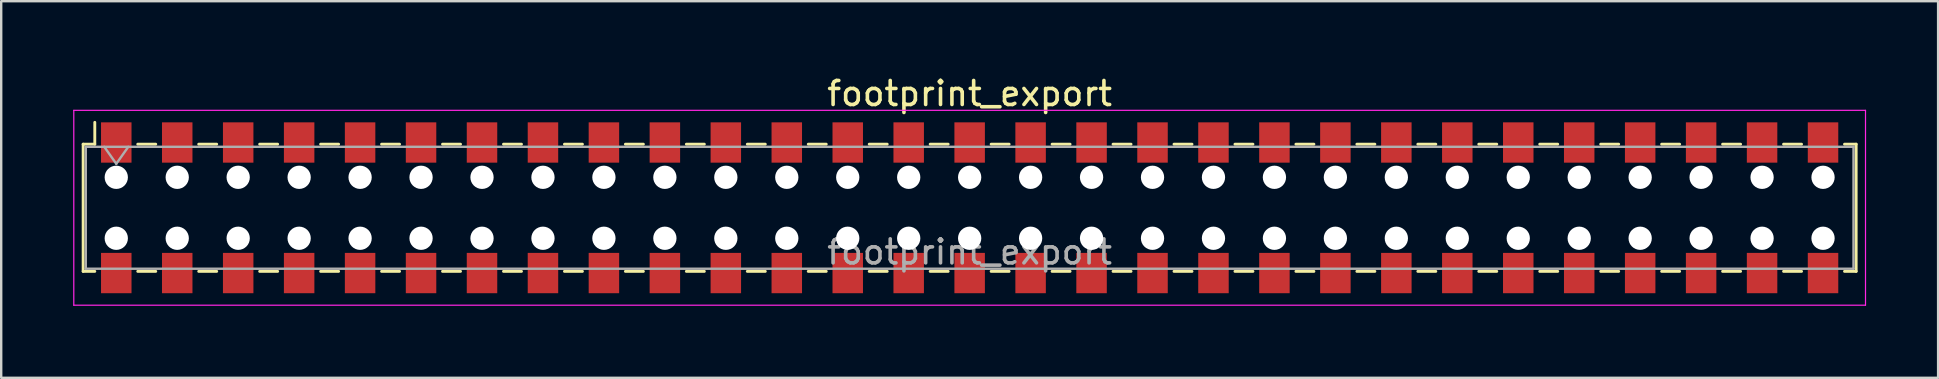
<source format=kicad_pcb>
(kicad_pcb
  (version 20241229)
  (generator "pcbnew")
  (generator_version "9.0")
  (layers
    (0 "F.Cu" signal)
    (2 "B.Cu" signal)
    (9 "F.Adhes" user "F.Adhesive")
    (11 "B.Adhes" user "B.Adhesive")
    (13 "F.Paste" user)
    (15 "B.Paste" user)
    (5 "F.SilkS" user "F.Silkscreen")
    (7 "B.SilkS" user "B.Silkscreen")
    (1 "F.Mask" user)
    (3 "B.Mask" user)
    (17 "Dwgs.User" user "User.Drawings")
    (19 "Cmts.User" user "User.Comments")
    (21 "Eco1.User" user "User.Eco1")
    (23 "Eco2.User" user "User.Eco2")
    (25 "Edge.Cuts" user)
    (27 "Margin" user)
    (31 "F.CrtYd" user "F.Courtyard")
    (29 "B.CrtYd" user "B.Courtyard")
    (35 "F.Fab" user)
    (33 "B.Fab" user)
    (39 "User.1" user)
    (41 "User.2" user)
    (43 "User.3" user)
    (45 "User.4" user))
  (footprint "footprint_export"
    (layer "F.Cu")
    (at 37.355 5.608)
    (property "Reference" "footprint_export" (at 0 -4.76 0) (layer "F.SilkS") (effects (font (size 1 1) (thickness 0.15))))
    (attr smd)
    (fp_line (start -36.94 -2.65) (end -36.94 2.65) (stroke (width 0.12) (type solid)) (layer "F.SilkS"))
    (fp_line (start -36.94 2.65) (end -36.455 2.65) (stroke (width 0.12) (type solid)) (layer "F.SilkS"))
    (fp_line (start -36.455 -3.56) (end -36.455 -2.65) (stroke (width 0.12) (type solid)) (layer "F.SilkS"))
    (fp_line (start -36.455 -2.65) (end -36.94 -2.65) (stroke (width 0.12) (type solid)) (layer "F.SilkS"))
    (fp_line (start -34.665 -2.65) (end -33.915 -2.65) (stroke (width 0.12) (type solid)) (layer "F.SilkS"))
    (fp_line (start -34.665 2.65) (end -33.915 2.65) (stroke (width 0.12) (type solid)) (layer "F.SilkS"))
    (fp_line (start -32.125 -2.65) (end -31.375 -2.65) (stroke (width 0.12) (type solid)) (layer "F.SilkS"))
    (fp_line (start -32.125 2.65) (end -31.375 2.65) (stroke (width 0.12) (type solid)) (layer "F.SilkS"))
    (fp_line (start -29.585 -2.65) (end -28.835 -2.65) (stroke (width 0.12) (type solid)) (layer "F.SilkS"))
    (fp_line (start -29.585 2.65) (end -28.835 2.65) (stroke (width 0.12) (type solid)) (layer "F.SilkS"))
    (fp_line (start -27.045 -2.65) (end -26.295 -2.65) (stroke (width 0.12) (type solid)) (layer "F.SilkS"))
    (fp_line (start -27.045 2.65) (end -26.295 2.65) (stroke (width 0.12) (type solid)) (layer "F.SilkS"))
    (fp_line (start -24.505 -2.65) (end -23.755 -2.65) (stroke (width 0.12) (type solid)) (layer "F.SilkS"))
    (fp_line (start -24.505 2.65) (end -23.755 2.65) (stroke (width 0.12) (type solid)) (layer "F.SilkS"))
    (fp_line (start -21.965 -2.65) (end -21.215 -2.65) (stroke (width 0.12) (type solid)) (layer "F.SilkS"))
    (fp_line (start -21.965 2.65) (end -21.215 2.65) (stroke (width 0.12) (type solid)) (layer "F.SilkS"))
    (fp_line (start -19.425 -2.65) (end -18.675 -2.65) (stroke (width 0.12) (type solid)) (layer "F.SilkS"))
    (fp_line (start -19.425 2.65) (end -18.675 2.65) (stroke (width 0.12) (type solid)) (layer "F.SilkS"))
    (fp_line (start -16.885 -2.65) (end -16.135 -2.65) (stroke (width 0.12) (type solid)) (layer "F.SilkS"))
    (fp_line (start -16.885 2.65) (end -16.135 2.65) (stroke (width 0.12) (type solid)) (layer "F.SilkS"))
    (fp_line (start -14.345 -2.65) (end -13.595 -2.65) (stroke (width 0.12) (type solid)) (layer "F.SilkS"))
    (fp_line (start -14.345 2.65) (end -13.595 2.65) (stroke (width 0.12) (type solid)) (layer "F.SilkS"))
    (fp_line (start -11.805 -2.65) (end -11.055 -2.65) (stroke (width 0.12) (type solid)) (layer "F.SilkS"))
    (fp_line (start -11.805 2.65) (end -11.055 2.65) (stroke (width 0.12) (type solid)) (layer "F.SilkS"))
    (fp_line (start -9.265 -2.65) (end -8.515 -2.65) (stroke (width 0.12) (type solid)) (layer "F.SilkS"))
    (fp_line (start -9.265 2.65) (end -8.515 2.65) (stroke (width 0.12) (type solid)) (layer "F.SilkS"))
    (fp_line (start -6.725 -2.65) (end -5.975 -2.65) (stroke (width 0.12) (type solid)) (layer "F.SilkS"))
    (fp_line (start -6.725 2.65) (end -5.975 2.65) (stroke (width 0.12) (type solid)) (layer "F.SilkS"))
    (fp_line (start -4.185 -2.65) (end -3.435 -2.65) (stroke (width 0.12) (type solid)) (layer "F.SilkS"))
    (fp_line (start -4.185 2.65) (end -3.435 2.65) (stroke (width 0.12) (type solid)) (layer "F.SilkS"))
    (fp_line (start -1.645 -2.65) (end -0.895 -2.65) (stroke (width 0.12) (type solid)) (layer "F.SilkS"))
    (fp_line (start -1.645 2.65) (end -0.895 2.65) (stroke (width 0.12) (type solid)) (layer "F.SilkS"))
    (fp_line (start 0.895 -2.65) (end 1.645 -2.65) (stroke (width 0.12) (type solid)) (layer "F.SilkS"))
    (fp_line (start 0.895 2.65) (end 1.645 2.65) (stroke (width 0.12) (type solid)) (layer "F.SilkS"))
    (fp_line (start 3.435 -2.65) (end 4.185 -2.65) (stroke (width 0.12) (type solid)) (layer "F.SilkS"))
    (fp_line (start 3.435 2.65) (end 4.185 2.65) (stroke (width 0.12) (type solid)) (layer "F.SilkS"))
    (fp_line (start 5.975 -2.65) (end 6.725 -2.65) (stroke (width 0.12) (type solid)) (layer "F.SilkS"))
    (fp_line (start 5.975 2.65) (end 6.725 2.65) (stroke (width 0.12) (type solid)) (layer "F.SilkS"))
    (fp_line (start 8.515 -2.65) (end 9.265 -2.65) (stroke (width 0.12) (type solid)) (layer "F.SilkS"))
    (fp_line (start 8.515 2.65) (end 9.265 2.65) (stroke (width 0.12) (type solid)) (layer "F.SilkS"))
    (fp_line (start 11.055 -2.65) (end 11.805 -2.65) (stroke (width 0.12) (type solid)) (layer "F.SilkS"))
    (fp_line (start 11.055 2.65) (end 11.805 2.65) (stroke (width 0.12) (type solid)) (layer "F.SilkS"))
    (fp_line (start 13.595 -2.65) (end 14.345 -2.65) (stroke (width 0.12) (type solid)) (layer "F.SilkS"))
    (fp_line (start 13.595 2.65) (end 14.345 2.65) (stroke (width 0.12) (type solid)) (layer "F.SilkS"))
    (fp_line (start 16.135 -2.65) (end 16.885 -2.65) (stroke (width 0.12) (type solid)) (layer "F.SilkS"))
    (fp_line (start 16.135 2.65) (end 16.885 2.65) (stroke (width 0.12) (type solid)) (layer "F.SilkS"))
    (fp_line (start 18.675 -2.65) (end 19.425 -2.65) (stroke (width 0.12) (type solid)) (layer "F.SilkS"))
    (fp_line (start 18.675 2.65) (end 19.425 2.65) (stroke (width 0.12) (type solid)) (layer "F.SilkS"))
    (fp_line (start 21.215 -2.65) (end 21.965 -2.65) (stroke (width 0.12) (type solid)) (layer "F.SilkS"))
    (fp_line (start 21.215 2.65) (end 21.965 2.65) (stroke (width 0.12) (type solid)) (layer "F.SilkS"))
    (fp_line (start 23.755 -2.65) (end 24.505 -2.65) (stroke (width 0.12) (type solid)) (layer "F.SilkS"))
    (fp_line (start 23.755 2.65) (end 24.505 2.65) (stroke (width 0.12) (type solid)) (layer "F.SilkS"))
    (fp_line (start 26.295 -2.65) (end 27.045 -2.65) (stroke (width 0.12) (type solid)) (layer "F.SilkS"))
    (fp_line (start 26.295 2.65) (end 27.045 2.65) (stroke (width 0.12) (type solid)) (layer "F.SilkS"))
    (fp_line (start 28.835 -2.65) (end 29.585 -2.65) (stroke (width 0.12) (type solid)) (layer "F.SilkS"))
    (fp_line (start 28.835 2.65) (end 29.585 2.65) (stroke (width 0.12) (type solid)) (layer "F.SilkS"))
    (fp_line (start 31.375 -2.65) (end 32.125 -2.65) (stroke (width 0.12) (type solid)) (layer "F.SilkS"))
    (fp_line (start 31.375 2.65) (end 32.125 2.65) (stroke (width 0.12) (type solid)) (layer "F.SilkS"))
    (fp_line (start 33.915 -2.65) (end 34.665 -2.65) (stroke (width 0.12) (type solid)) (layer "F.SilkS"))
    (fp_line (start 33.915 2.65) (end 34.665 2.65) (stroke (width 0.12) (type solid)) (layer "F.SilkS"))
    (fp_line (start 36.455 -2.65) (end 36.94 -2.65) (stroke (width 0.12) (type solid)) (layer "F.SilkS"))
    (fp_line (start 36.94 -2.65) (end 36.94 2.65) (stroke (width 0.12) (type solid)) (layer "F.SilkS"))
    (fp_line (start 36.94 2.65) (end 36.455 2.65) (stroke (width 0.12) (type solid)) (layer "F.SilkS"))
    (fp_line (start -37.33 -4.06) (end 37.33 -4.06) (stroke (width 0.05) (type solid)) (layer "F.CrtYd"))
    (fp_line (start -37.33 4.06) (end -37.33 -4.06) (stroke (width 0.05) (type solid)) (layer "F.CrtYd"))
    (fp_line (start 37.33 -4.06) (end 37.33 4.06) (stroke (width 0.05) (type solid)) (layer "F.CrtYd"))
    (fp_line (start 37.33 4.06) (end -37.33 4.06) (stroke (width 0.05) (type solid)) (layer "F.CrtYd"))
    (fp_line (start -36.83 -2.54) (end 36.83 -2.54) (stroke (width 0.1) (type solid)) (layer "F.Fab"))
    (fp_line (start -36.83 2.54) (end -36.83 -2.54) (stroke (width 0.1) (type solid)) (layer "F.Fab"))
    (fp_line (start -36.06 -2.54) (end -35.56 -1.833) (stroke (width 0.1) (type solid)) (layer "F.Fab"))
    (fp_line (start -35.56 -1.833) (end -35.06 -2.54) (stroke (width 0.1) (type solid)) (layer "F.Fab"))
    (fp_line (start 36.83 -2.54) (end 36.83 2.54) (stroke (width 0.1) (type solid)) (layer "F.Fab"))
    (fp_line (start 36.83 2.54) (end -36.83 2.54) (stroke (width 0.1) (type solid)) (layer "F.Fab"))
    (fp_text user "${REFERENCE}" (at 0 1.84 0) (layer "F.Fab") (effects (font (size 1 1) (thickness 0.15))))
    (pad "" np_thru_hole circle (at -35.56 -1.27) (size 0.97 0.97) (drill 0.97) (layers "*.Cu" "*.Mask"))
    (pad "" np_thru_hole circle (at -35.56 1.27) (size 0.97 0.97) (drill 0.97) (layers "*.Cu" "*.Mask"))
    (pad "" np_thru_hole circle (at -33.02 -1.27) (size 0.97 0.97) (drill 0.97) (layers "*.Cu" "*.Mask"))
    (pad "" np_thru_hole circle (at -33.02 1.27) (size 0.97 0.97) (drill 0.97) (layers "*.Cu" "*.Mask"))
    (pad "" np_thru_hole circle (at -30.48 -1.27) (size 0.97 0.97) (drill 0.97) (layers "*.Cu" "*.Mask"))
    (pad "" np_thru_hole circle (at -30.48 1.27) (size 0.97 0.97) (drill 0.97) (layers "*.Cu" "*.Mask"))
    (pad "" np_thru_hole circle (at -27.94 -1.27) (size 0.97 0.97) (drill 0.97) (layers "*.Cu" "*.Mask"))
    (pad "" np_thru_hole circle (at -27.94 1.27) (size 0.97 0.97) (drill 0.97) (layers "*.Cu" "*.Mask"))
    (pad "" np_thru_hole circle (at -25.4 -1.27) (size 0.97 0.97) (drill 0.97) (layers "*.Cu" "*.Mask"))
    (pad "" np_thru_hole circle (at -25.4 1.27) (size 0.97 0.97) (drill 0.97) (layers "*.Cu" "*.Mask"))
    (pad "" np_thru_hole circle (at -22.86 -1.27) (size 0.97 0.97) (drill 0.97) (layers "*.Cu" "*.Mask"))
    (pad "" np_thru_hole circle (at -22.86 1.27) (size 0.97 0.97) (drill 0.97) (layers "*.Cu" "*.Mask"))
    (pad "" np_thru_hole circle (at -20.32 -1.27) (size 0.97 0.97) (drill 0.97) (layers "*.Cu" "*.Mask"))
    (pad "" np_thru_hole circle (at -20.32 1.27) (size 0.97 0.97) (drill 0.97) (layers "*.Cu" "*.Mask"))
    (pad "" np_thru_hole circle (at -17.78 -1.27) (size 0.97 0.97) (drill 0.97) (layers "*.Cu" "*.Mask"))
    (pad "" np_thru_hole circle (at -17.78 1.27) (size 0.97 0.97) (drill 0.97) (layers "*.Cu" "*.Mask"))
    (pad "" np_thru_hole circle (at -15.24 -1.27) (size 0.97 0.97) (drill 0.97) (layers "*.Cu" "*.Mask"))
    (pad "" np_thru_hole circle (at -15.24 1.27) (size 0.97 0.97) (drill 0.97) (layers "*.Cu" "*.Mask"))
    (pad "" np_thru_hole circle (at -12.7 -1.27) (size 0.97 0.97) (drill 0.97) (layers "*.Cu" "*.Mask"))
    (pad "" np_thru_hole circle (at -12.7 1.27) (size 0.97 0.97) (drill 0.97) (layers "*.Cu" "*.Mask"))
    (pad "" np_thru_hole circle (at -10.16 -1.27) (size 0.97 0.97) (drill 0.97) (layers "*.Cu" "*.Mask"))
    (pad "" np_thru_hole circle (at -10.16 1.27) (size 0.97 0.97) (drill 0.97) (layers "*.Cu" "*.Mask"))
    (pad "" np_thru_hole circle (at -7.62 -1.27) (size 0.97 0.97) (drill 0.97) (layers "*.Cu" "*.Mask"))
    (pad "" np_thru_hole circle (at -7.62 1.27) (size 0.97 0.97) (drill 0.97) (layers "*.Cu" "*.Mask"))
    (pad "" np_thru_hole circle (at -5.08 -1.27) (size 0.97 0.97) (drill 0.97) (layers "*.Cu" "*.Mask"))
    (pad "" np_thru_hole circle (at -5.08 1.27) (size 0.97 0.97) (drill 0.97) (layers "*.Cu" "*.Mask"))
    (pad "" np_thru_hole circle (at -2.54 -1.27) (size 0.97 0.97) (drill 0.97) (layers "*.Cu" "*.Mask"))
    (pad "" np_thru_hole circle (at -2.54 1.27) (size 0.97 0.97) (drill 0.97) (layers "*.Cu" "*.Mask"))
    (pad "" np_thru_hole circle (at 0 -1.27) (size 0.97 0.97) (drill 0.97) (layers "*.Cu" "*.Mask"))
    (pad "" np_thru_hole circle (at 0 1.27) (size 0.97 0.97) (drill 0.97) (layers "*.Cu" "*.Mask"))
    (pad "" np_thru_hole circle (at 2.54 -1.27) (size 0.97 0.97) (drill 0.97) (layers "*.Cu" "*.Mask"))
    (pad "" np_thru_hole circle (at 2.54 1.27) (size 0.97 0.97) (drill 0.97) (layers "*.Cu" "*.Mask"))
    (pad "" np_thru_hole circle (at 5.08 -1.27) (size 0.97 0.97) (drill 0.97) (layers "*.Cu" "*.Mask"))
    (pad "" np_thru_hole circle (at 5.08 1.27) (size 0.97 0.97) (drill 0.97) (layers "*.Cu" "*.Mask"))
    (pad "" np_thru_hole circle (at 7.62 -1.27) (size 0.97 0.97) (drill 0.97) (layers "*.Cu" "*.Mask"))
    (pad "" np_thru_hole circle (at 7.62 1.27) (size 0.97 0.97) (drill 0.97) (layers "*.Cu" "*.Mask"))
    (pad "" np_thru_hole circle (at 10.16 -1.27) (size 0.97 0.97) (drill 0.97) (layers "*.Cu" "*.Mask"))
    (pad "" np_thru_hole circle (at 10.16 1.27) (size 0.97 0.97) (drill 0.97) (layers "*.Cu" "*.Mask"))
    (pad "" np_thru_hole circle (at 12.7 -1.27) (size 0.97 0.97) (drill 0.97) (layers "*.Cu" "*.Mask"))
    (pad "" np_thru_hole circle (at 12.7 1.27) (size 0.97 0.97) (drill 0.97) (layers "*.Cu" "*.Mask"))
    (pad "" np_thru_hole circle (at 15.24 -1.27) (size 0.97 0.97) (drill 0.97) (layers "*.Cu" "*.Mask"))
    (pad "" np_thru_hole circle (at 15.24 1.27) (size 0.97 0.97) (drill 0.97) (layers "*.Cu" "*.Mask"))
    (pad "" np_thru_hole circle (at 17.78 -1.27) (size 0.97 0.97) (drill 0.97) (layers "*.Cu" "*.Mask"))
    (pad "" np_thru_hole circle (at 17.78 1.27) (size 0.97 0.97) (drill 0.97) (layers "*.Cu" "*.Mask"))
    (pad "" np_thru_hole circle (at 20.32 -1.27) (size 0.97 0.97) (drill 0.97) (layers "*.Cu" "*.Mask"))
    (pad "" np_thru_hole circle (at 20.32 1.27) (size 0.97 0.97) (drill 0.97) (layers "*.Cu" "*.Mask"))
    (pad "" np_thru_hole circle (at 22.86 -1.27) (size 0.97 0.97) (drill 0.97) (layers "*.Cu" "*.Mask"))
    (pad "" np_thru_hole circle (at 22.86 1.27) (size 0.97 0.97) (drill 0.97) (layers "*.Cu" "*.Mask"))
    (pad "" np_thru_hole circle (at 25.4 -1.27) (size 0.97 0.97) (drill 0.97) (layers "*.Cu" "*.Mask"))
    (pad "" np_thru_hole circle (at 25.4 1.27) (size 0.97 0.97) (drill 0.97) (layers "*.Cu" "*.Mask"))
    (pad "" np_thru_hole circle (at 27.94 -1.27) (size 0.97 0.97) (drill 0.97) (layers "*.Cu" "*.Mask"))
    (pad "" np_thru_hole circle (at 27.94 1.27) (size 0.97 0.97) (drill 0.97) (layers "*.Cu" "*.Mask"))
    (pad "" np_thru_hole circle (at 30.48 -1.27) (size 0.97 0.97) (drill 0.97) (layers "*.Cu" "*.Mask"))
    (pad "" np_thru_hole circle (at 30.48 1.27) (size 0.97 0.97) (drill 0.97) (layers "*.Cu" "*.Mask"))
    (pad "" np_thru_hole circle (at 33.02 -1.27) (size 0.97 0.97) (drill 0.97) (layers "*.Cu" "*.Mask"))
    (pad "" np_thru_hole circle (at 33.02 1.27) (size 0.97 0.97) (drill 0.97) (layers "*.Cu" "*.Mask"))
    (pad "" np_thru_hole circle (at 35.56 -1.27) (size 0.97 0.97) (drill 0.97) (layers "*.Cu" "*.Mask"))
    (pad "" np_thru_hole circle (at 35.56 1.27) (size 0.97 0.97) (drill 0.97) (layers "*.Cu" "*.Mask"))
    (pad "1" smd rect (at -35.56 -2.72) (size 1.27 1.68) (layers "F.Cu" "F.Mask" "F.Paste"))
    (pad "2" smd rect (at -35.56 2.72) (size 1.27 1.68) (layers "F.Cu" "F.Mask" "F.Paste"))
    (pad "3" smd rect (at -33.02 -2.72) (size 1.27 1.68) (layers "F.Cu" "F.Mask" "F.Paste"))
    (pad "4" smd rect (at -33.02 2.72) (size 1.27 1.68) (layers "F.Cu" "F.Mask" "F.Paste"))
    (pad "5" smd rect (at -30.48 -2.72) (size 1.27 1.68) (layers "F.Cu" "F.Mask" "F.Paste"))
    (pad "6" smd rect (at -30.48 2.72) (size 1.27 1.68) (layers "F.Cu" "F.Mask" "F.Paste"))
    (pad "7" smd rect (at -27.94 -2.72) (size 1.27 1.68) (layers "F.Cu" "F.Mask" "F.Paste"))
    (pad "8" smd rect (at -27.94 2.72) (size 1.27 1.68) (layers "F.Cu" "F.Mask" "F.Paste"))
    (pad "9" smd rect (at -25.4 -2.72) (size 1.27 1.68) (layers "F.Cu" "F.Mask" "F.Paste"))
    (pad "10" smd rect (at -25.4 2.72) (size 1.27 1.68) (layers "F.Cu" "F.Mask" "F.Paste"))
    (pad "11" smd rect (at -22.86 -2.72) (size 1.27 1.68) (layers "F.Cu" "F.Mask" "F.Paste"))
    (pad "12" smd rect (at -22.86 2.72) (size 1.27 1.68) (layers "F.Cu" "F.Mask" "F.Paste"))
    (pad "13" smd rect (at -20.32 -2.72) (size 1.27 1.68) (layers "F.Cu" "F.Mask" "F.Paste"))
    (pad "14" smd rect (at -20.32 2.72) (size 1.27 1.68) (layers "F.Cu" "F.Mask" "F.Paste"))
    (pad "15" smd rect (at -17.78 -2.72) (size 1.27 1.68) (layers "F.Cu" "F.Mask" "F.Paste"))
    (pad "16" smd rect (at -17.78 2.72) (size 1.27 1.68) (layers "F.Cu" "F.Mask" "F.Paste"))
    (pad "17" smd rect (at -15.24 -2.72) (size 1.27 1.68) (layers "F.Cu" "F.Mask" "F.Paste"))
    (pad "18" smd rect (at -15.24 2.72) (size 1.27 1.68) (layers "F.Cu" "F.Mask" "F.Paste"))
    (pad "19" smd rect (at -12.7 -2.72) (size 1.27 1.68) (layers "F.Cu" "F.Mask" "F.Paste"))
    (pad "20" smd rect (at -12.7 2.72) (size 1.27 1.68) (layers "F.Cu" "F.Mask" "F.Paste"))
    (pad "21" smd rect (at -10.16 -2.72) (size 1.27 1.68) (layers "F.Cu" "F.Mask" "F.Paste"))
    (pad "22" smd rect (at -10.16 2.72) (size 1.27 1.68) (layers "F.Cu" "F.Mask" "F.Paste"))
    (pad "23" smd rect (at -7.62 -2.72) (size 1.27 1.68) (layers "F.Cu" "F.Mask" "F.Paste"))
    (pad "24" smd rect (at -7.62 2.72) (size 1.27 1.68) (layers "F.Cu" "F.Mask" "F.Paste"))
    (pad "25" smd rect (at -5.08 -2.72) (size 1.27 1.68) (layers "F.Cu" "F.Mask" "F.Paste"))
    (pad "26" smd rect (at -5.08 2.72) (size 1.27 1.68) (layers "F.Cu" "F.Mask" "F.Paste"))
    (pad "27" smd rect (at -2.54 -2.72) (size 1.27 1.68) (layers "F.Cu" "F.Mask" "F.Paste"))
    (pad "28" smd rect (at -2.54 2.72) (size 1.27 1.68) (layers "F.Cu" "F.Mask" "F.Paste"))
    (pad "29" smd rect (at 0 -2.72) (size 1.27 1.68) (layers "F.Cu" "F.Mask" "F.Paste"))
    (pad "30" smd rect (at 0 2.72) (size 1.27 1.68) (layers "F.Cu" "F.Mask" "F.Paste"))
    (pad "31" smd rect (at 2.54 -2.72) (size 1.27 1.68) (layers "F.Cu" "F.Mask" "F.Paste"))
    (pad "32" smd rect (at 2.54 2.72) (size 1.27 1.68) (layers "F.Cu" "F.Mask" "F.Paste"))
    (pad "33" smd rect (at 5.08 -2.72) (size 1.27 1.68) (layers "F.Cu" "F.Mask" "F.Paste"))
    (pad "34" smd rect (at 5.08 2.72) (size 1.27 1.68) (layers "F.Cu" "F.Mask" "F.Paste"))
    (pad "35" smd rect (at 7.62 -2.72) (size 1.27 1.68) (layers "F.Cu" "F.Mask" "F.Paste"))
    (pad "36" smd rect (at 7.62 2.72) (size 1.27 1.68) (layers "F.Cu" "F.Mask" "F.Paste"))
    (pad "37" smd rect (at 10.16 -2.72) (size 1.27 1.68) (layers "F.Cu" "F.Mask" "F.Paste"))
    (pad "38" smd rect (at 10.16 2.72) (size 1.27 1.68) (layers "F.Cu" "F.Mask" "F.Paste"))
    (pad "39" smd rect (at 12.7 -2.72) (size 1.27 1.68) (layers "F.Cu" "F.Mask" "F.Paste"))
    (pad "40" smd rect (at 12.7 2.72) (size 1.27 1.68) (layers "F.Cu" "F.Mask" "F.Paste"))
    (pad "41" smd rect (at 15.24 -2.72) (size 1.27 1.68) (layers "F.Cu" "F.Mask" "F.Paste"))
    (pad "42" smd rect (at 15.24 2.72) (size 1.27 1.68) (layers "F.Cu" "F.Mask" "F.Paste"))
    (pad "43" smd rect (at 17.78 -2.72) (size 1.27 1.68) (layers "F.Cu" "F.Mask" "F.Paste"))
    (pad "44" smd rect (at 17.78 2.72) (size 1.27 1.68) (layers "F.Cu" "F.Mask" "F.Paste"))
    (pad "45" smd rect (at 20.32 -2.72) (size 1.27 1.68) (layers "F.Cu" "F.Mask" "F.Paste"))
    (pad "46" smd rect (at 20.32 2.72) (size 1.27 1.68) (layers "F.Cu" "F.Mask" "F.Paste"))
    (pad "47" smd rect (at 22.86 -2.72) (size 1.27 1.68) (layers "F.Cu" "F.Mask" "F.Paste"))
    (pad "48" smd rect (at 22.86 2.72) (size 1.27 1.68) (layers "F.Cu" "F.Mask" "F.Paste"))
    (pad "49" smd rect (at 25.4 -2.72) (size 1.27 1.68) (layers "F.Cu" "F.Mask" "F.Paste"))
    (pad "50" smd rect (at 25.4 2.72) (size 1.27 1.68) (layers "F.Cu" "F.Mask" "F.Paste"))
    (pad "51" smd rect (at 27.94 -2.72) (size 1.27 1.68) (layers "F.Cu" "F.Mask" "F.Paste"))
    (pad "52" smd rect (at 27.94 2.72) (size 1.27 1.68) (layers "F.Cu" "F.Mask" "F.Paste"))
    (pad "53" smd rect (at 30.48 -2.72) (size 1.27 1.68) (layers "F.Cu" "F.Mask" "F.Paste"))
    (pad "54" smd rect (at 30.48 2.72) (size 1.27 1.68) (layers "F.Cu" "F.Mask" "F.Paste"))
    (pad "55" smd rect (at 33.02 -2.72) (size 1.27 1.68) (layers "F.Cu" "F.Mask" "F.Paste"))
    (pad "56" smd rect (at 33.02 2.72) (size 1.27 1.68) (layers "F.Cu" "F.Mask" "F.Paste"))
    (pad "57" smd rect (at 35.56 -2.72) (size 1.27 1.68) (layers "F.Cu" "F.Mask" "F.Paste"))
    (pad "58" smd rect (at 35.56 2.72) (size 1.27 1.68) (layers "F.Cu" "F.Mask" "F.Paste")))
  (gr_rect
    (start -3 -3)
    (end 77.71 12.693)
    (stroke (width 0.1) (type default))
    (fill no)
    (layer "Edge.Cuts")))
</source>
